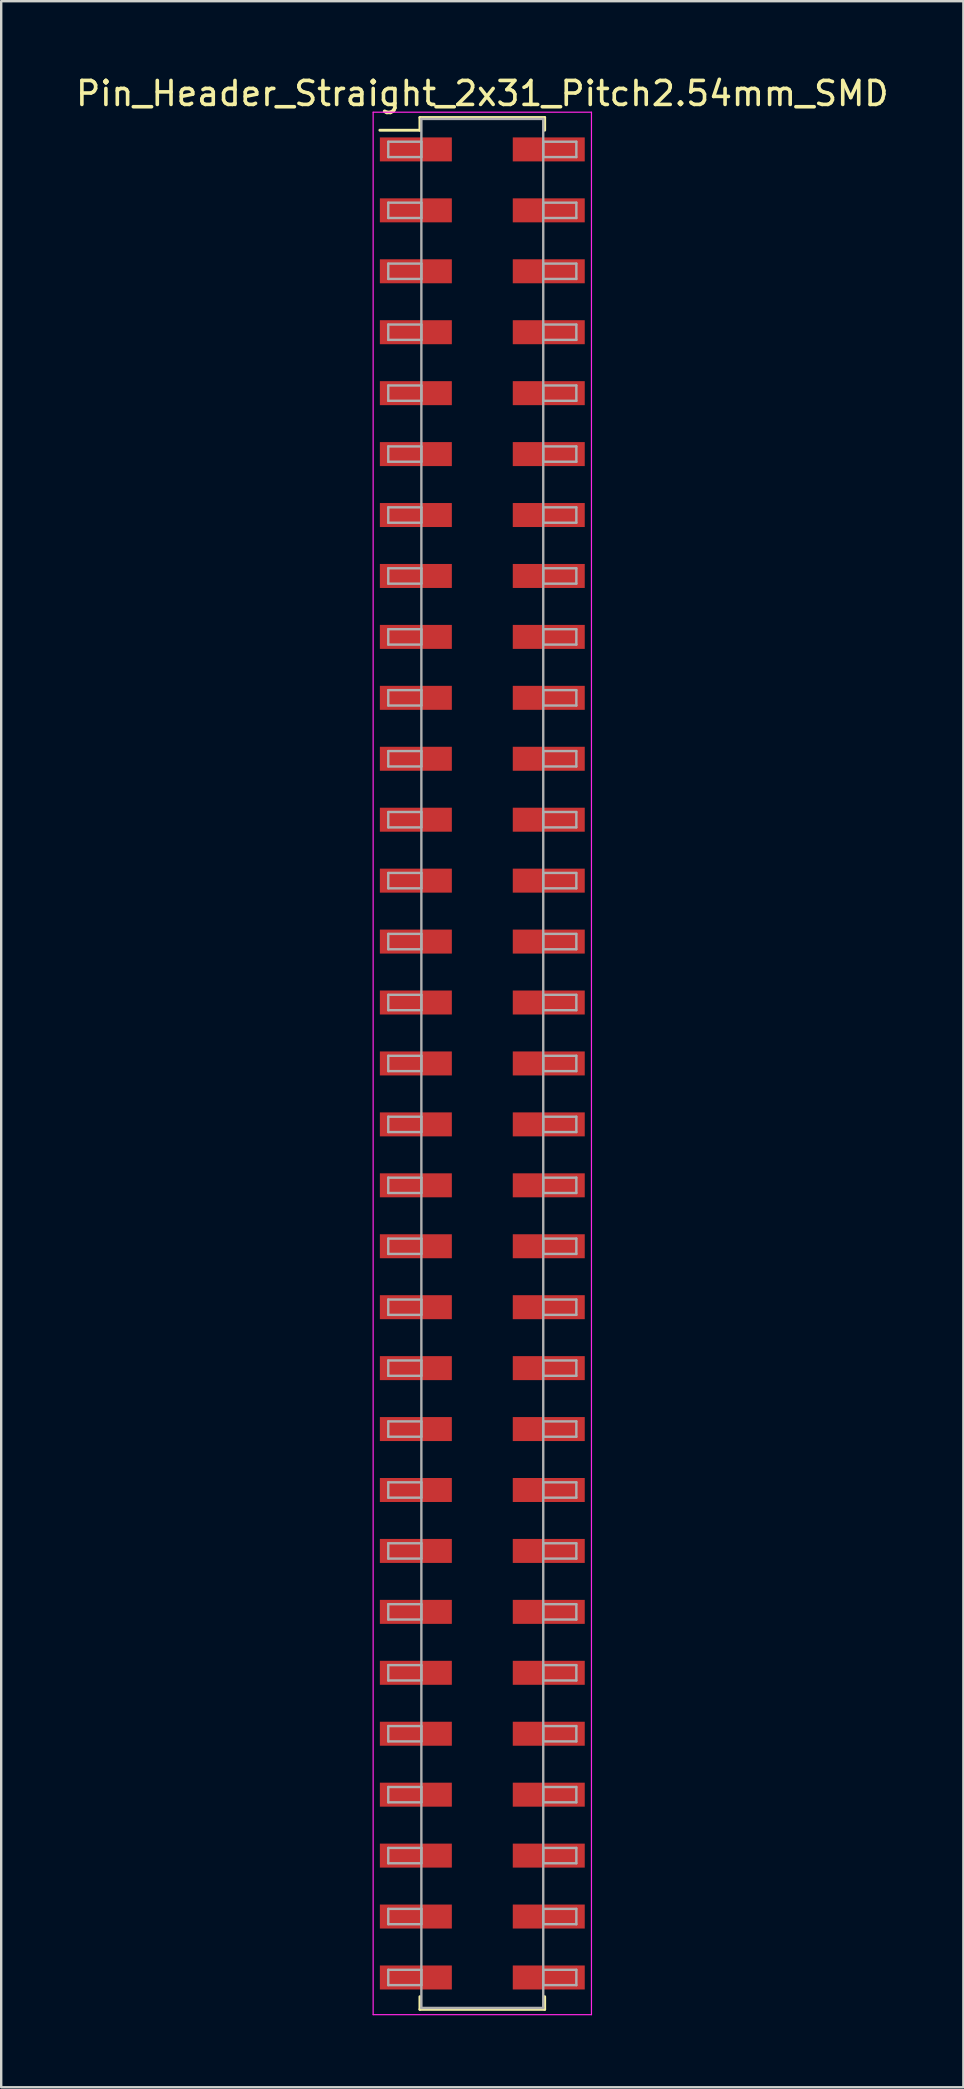
<source format=kicad_pcb>
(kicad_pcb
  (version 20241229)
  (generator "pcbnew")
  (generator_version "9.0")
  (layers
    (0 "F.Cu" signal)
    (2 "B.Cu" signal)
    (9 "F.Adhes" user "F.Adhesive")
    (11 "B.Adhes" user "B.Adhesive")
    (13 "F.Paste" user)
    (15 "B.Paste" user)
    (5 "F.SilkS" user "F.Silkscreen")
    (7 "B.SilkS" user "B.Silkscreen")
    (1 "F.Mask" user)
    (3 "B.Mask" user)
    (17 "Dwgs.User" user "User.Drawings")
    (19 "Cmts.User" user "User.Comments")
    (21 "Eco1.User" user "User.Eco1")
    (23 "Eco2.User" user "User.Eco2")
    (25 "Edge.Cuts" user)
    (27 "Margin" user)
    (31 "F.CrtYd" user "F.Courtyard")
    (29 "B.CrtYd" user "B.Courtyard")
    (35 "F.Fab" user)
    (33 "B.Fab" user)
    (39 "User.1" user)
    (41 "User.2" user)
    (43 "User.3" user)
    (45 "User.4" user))
  (footprint "Pin_Header_Straight_2x31_Pitch2.54mm_SMD"
    (layer "F.Cu")
    (at 17.054 41.278)
    (property "Reference" "Pin_Header_Straight_2x31_Pitch2.54mm_SMD" (at 0 -40.43 0) (layer "F.SilkS") (effects (font (size 1 1) (thickness 0.15))))
    (attr smd)
    (fp_line (start -4.27 -38.9) (end -2.6 -38.9) (stroke (width 0.12) (type solid)) (layer "F.SilkS"))
    (fp_line (start -2.6 -39.43) (end 2.6 -39.43) (stroke (width 0.12) (type solid)) (layer "F.SilkS"))
    (fp_line (start -2.6 -38.9) (end -2.6 -39.43) (stroke (width 0.12) (type solid)) (layer "F.SilkS"))
    (fp_line (start -2.6 38.9) (end -2.6 39.43) (stroke (width 0.12) (type solid)) (layer "F.SilkS"))
    (fp_line (start -2.6 39.43) (end 2.6 39.43) (stroke (width 0.12) (type solid)) (layer "F.SilkS"))
    (fp_line (start 2.6 -39.43) (end 2.6 -38.9) (stroke (width 0.12) (type solid)) (layer "F.SilkS"))
    (fp_line (start 2.6 39.43) (end 2.6 38.9) (stroke (width 0.12) (type solid)) (layer "F.SilkS"))
    (fp_line (start -4.55 -39.65) (end -4.55 39.65) (stroke (width 0.05) (type solid)) (layer "F.CrtYd"))
    (fp_line (start -4.55 39.65) (end 4.55 39.65) (stroke (width 0.05) (type solid)) (layer "F.CrtYd"))
    (fp_line (start 4.55 -39.65) (end -4.55 -39.65) (stroke (width 0.05) (type solid)) (layer "F.CrtYd"))
    (fp_line (start 4.55 39.65) (end 4.55 -39.65) (stroke (width 0.05) (type solid)) (layer "F.CrtYd"))
    (fp_line (start -3.92 -38.42) (end -2.54 -38.42) (stroke (width 0.1) (type solid)) (layer "F.Fab"))
    (fp_line (start -3.92 -37.78) (end -3.92 -38.42) (stroke (width 0.1) (type solid)) (layer "F.Fab"))
    (fp_line (start -3.92 -35.88) (end -2.54 -35.88) (stroke (width 0.1) (type solid)) (layer "F.Fab"))
    (fp_line (start -3.92 -35.24) (end -3.92 -35.88) (stroke (width 0.1) (type solid)) (layer "F.Fab"))
    (fp_line (start -3.92 -33.34) (end -2.54 -33.34) (stroke (width 0.1) (type solid)) (layer "F.Fab"))
    (fp_line (start -3.92 -32.7) (end -3.92 -33.34) (stroke (width 0.1) (type solid)) (layer "F.Fab"))
    (fp_line (start -3.92 -30.8) (end -2.54 -30.8) (stroke (width 0.1) (type solid)) (layer "F.Fab"))
    (fp_line (start -3.92 -30.16) (end -3.92 -30.8) (stroke (width 0.1) (type solid)) (layer "F.Fab"))
    (fp_line (start -3.92 -28.26) (end -2.54 -28.26) (stroke (width 0.1) (type solid)) (layer "F.Fab"))
    (fp_line (start -3.92 -27.62) (end -3.92 -28.26) (stroke (width 0.1) (type solid)) (layer "F.Fab"))
    (fp_line (start -3.92 -25.72) (end -2.54 -25.72) (stroke (width 0.1) (type solid)) (layer "F.Fab"))
    (fp_line (start -3.92 -25.08) (end -3.92 -25.72) (stroke (width 0.1) (type solid)) (layer "F.Fab"))
    (fp_line (start -3.92 -23.18) (end -2.54 -23.18) (stroke (width 0.1) (type solid)) (layer "F.Fab"))
    (fp_line (start -3.92 -22.54) (end -3.92 -23.18) (stroke (width 0.1) (type solid)) (layer "F.Fab"))
    (fp_line (start -3.92 -20.64) (end -2.54 -20.64) (stroke (width 0.1) (type solid)) (layer "F.Fab"))
    (fp_line (start -3.92 -20) (end -3.92 -20.64) (stroke (width 0.1) (type solid)) (layer "F.Fab"))
    (fp_line (start -3.92 -18.1) (end -2.54 -18.1) (stroke (width 0.1) (type solid)) (layer "F.Fab"))
    (fp_line (start -3.92 -17.46) (end -3.92 -18.1) (stroke (width 0.1) (type solid)) (layer "F.Fab"))
    (fp_line (start -3.92 -15.56) (end -2.54 -15.56) (stroke (width 0.1) (type solid)) (layer "F.Fab"))
    (fp_line (start -3.92 -14.92) (end -3.92 -15.56) (stroke (width 0.1) (type solid)) (layer "F.Fab"))
    (fp_line (start -3.92 -13.02) (end -2.54 -13.02) (stroke (width 0.1) (type solid)) (layer "F.Fab"))
    (fp_line (start -3.92 -12.38) (end -3.92 -13.02) (stroke (width 0.1) (type solid)) (layer "F.Fab"))
    (fp_line (start -3.92 -10.48) (end -2.54 -10.48) (stroke (width 0.1) (type solid)) (layer "F.Fab"))
    (fp_line (start -3.92 -9.84) (end -3.92 -10.48) (stroke (width 0.1) (type solid)) (layer "F.Fab"))
    (fp_line (start -3.92 -7.94) (end -2.54 -7.94) (stroke (width 0.1) (type solid)) (layer "F.Fab"))
    (fp_line (start -3.92 -7.3) (end -3.92 -7.94) (stroke (width 0.1) (type solid)) (layer "F.Fab"))
    (fp_line (start -3.92 -5.4) (end -2.54 -5.4) (stroke (width 0.1) (type solid)) (layer "F.Fab"))
    (fp_line (start -3.92 -4.76) (end -3.92 -5.4) (stroke (width 0.1) (type solid)) (layer "F.Fab"))
    (fp_line (start -3.92 -2.86) (end -2.54 -2.86) (stroke (width 0.1) (type solid)) (layer "F.Fab"))
    (fp_line (start -3.92 -2.22) (end -3.92 -2.86) (stroke (width 0.1) (type solid)) (layer "F.Fab"))
    (fp_line (start -3.92 -0.32) (end -2.54 -0.32) (stroke (width 0.1) (type solid)) (layer "F.Fab"))
    (fp_line (start -3.92 0.32) (end -3.92 -0.32) (stroke (width 0.1) (type solid)) (layer "F.Fab"))
    (fp_line (start -3.92 2.22) (end -2.54 2.22) (stroke (width 0.1) (type solid)) (layer "F.Fab"))
    (fp_line (start -3.92 2.86) (end -3.92 2.22) (stroke (width 0.1) (type solid)) (layer "F.Fab"))
    (fp_line (start -3.92 4.76) (end -2.54 4.76) (stroke (width 0.1) (type solid)) (layer "F.Fab"))
    (fp_line (start -3.92 5.4) (end -3.92 4.76) (stroke (width 0.1) (type solid)) (layer "F.Fab"))
    (fp_line (start -3.92 7.3) (end -2.54 7.3) (stroke (width 0.1) (type solid)) (layer "F.Fab"))
    (fp_line (start -3.92 7.94) (end -3.92 7.3) (stroke (width 0.1) (type solid)) (layer "F.Fab"))
    (fp_line (start -3.92 9.84) (end -2.54 9.84) (stroke (width 0.1) (type solid)) (layer "F.Fab"))
    (fp_line (start -3.92 10.48) (end -3.92 9.84) (stroke (width 0.1) (type solid)) (layer "F.Fab"))
    (fp_line (start -3.92 12.38) (end -2.54 12.38) (stroke (width 0.1) (type solid)) (layer "F.Fab"))
    (fp_line (start -3.92 13.02) (end -3.92 12.38) (stroke (width 0.1) (type solid)) (layer "F.Fab"))
    (fp_line (start -3.92 14.92) (end -2.54 14.92) (stroke (width 0.1) (type solid)) (layer "F.Fab"))
    (fp_line (start -3.92 15.56) (end -3.92 14.92) (stroke (width 0.1) (type solid)) (layer "F.Fab"))
    (fp_line (start -3.92 17.46) (end -2.54 17.46) (stroke (width 0.1) (type solid)) (layer "F.Fab"))
    (fp_line (start -3.92 18.1) (end -3.92 17.46) (stroke (width 0.1) (type solid)) (layer "F.Fab"))
    (fp_line (start -3.92 20) (end -2.54 20) (stroke (width 0.1) (type solid)) (layer "F.Fab"))
    (fp_line (start -3.92 20.64) (end -3.92 20) (stroke (width 0.1) (type solid)) (layer "F.Fab"))
    (fp_line (start -3.92 22.54) (end -2.54 22.54) (stroke (width 0.1) (type solid)) (layer "F.Fab"))
    (fp_line (start -3.92 23.18) (end -3.92 22.54) (stroke (width 0.1) (type solid)) (layer "F.Fab"))
    (fp_line (start -3.92 25.08) (end -2.54 25.08) (stroke (width 0.1) (type solid)) (layer "F.Fab"))
    (fp_line (start -3.92 25.72) (end -3.92 25.08) (stroke (width 0.1) (type solid)) (layer "F.Fab"))
    (fp_line (start -3.92 27.62) (end -2.54 27.62) (stroke (width 0.1) (type solid)) (layer "F.Fab"))
    (fp_line (start -3.92 28.26) (end -3.92 27.62) (stroke (width 0.1) (type solid)) (layer "F.Fab"))
    (fp_line (start -3.92 30.16) (end -2.54 30.16) (stroke (width 0.1) (type solid)) (layer "F.Fab"))
    (fp_line (start -3.92 30.8) (end -3.92 30.16) (stroke (width 0.1) (type solid)) (layer "F.Fab"))
    (fp_line (start -3.92 32.7) (end -2.54 32.7) (stroke (width 0.1) (type solid)) (layer "F.Fab"))
    (fp_line (start -3.92 33.34) (end -3.92 32.7) (stroke (width 0.1) (type solid)) (layer "F.Fab"))
    (fp_line (start -3.92 35.24) (end -2.54 35.24) (stroke (width 0.1) (type solid)) (layer "F.Fab"))
    (fp_line (start -3.92 35.88) (end -3.92 35.24) (stroke (width 0.1) (type solid)) (layer "F.Fab"))
    (fp_line (start -3.92 37.78) (end -2.54 37.78) (stroke (width 0.1) (type solid)) (layer "F.Fab"))
    (fp_line (start -3.92 38.42) (end -3.92 37.78) (stroke (width 0.1) (type solid)) (layer "F.Fab"))
    (fp_line (start -2.54 -39.37) (end -2.54 39.37) (stroke (width 0.1) (type solid)) (layer "F.Fab"))
    (fp_line (start -2.54 -38.42) (end -2.54 -37.78) (stroke (width 0.1) (type solid)) (layer "F.Fab"))
    (fp_line (start -2.54 -37.78) (end -3.92 -37.78) (stroke (width 0.1) (type solid)) (layer "F.Fab"))
    (fp_line (start -2.54 -35.88) (end -2.54 -35.24) (stroke (width 0.1) (type solid)) (layer "F.Fab"))
    (fp_line (start -2.54 -35.24) (end -3.92 -35.24) (stroke (width 0.1) (type solid)) (layer "F.Fab"))
    (fp_line (start -2.54 -33.34) (end -2.54 -32.7) (stroke (width 0.1) (type solid)) (layer "F.Fab"))
    (fp_line (start -2.54 -32.7) (end -3.92 -32.7) (stroke (width 0.1) (type solid)) (layer "F.Fab"))
    (fp_line (start -2.54 -30.8) (end -2.54 -30.16) (stroke (width 0.1) (type solid)) (layer "F.Fab"))
    (fp_line (start -2.54 -30.16) (end -3.92 -30.16) (stroke (width 0.1) (type solid)) (layer "F.Fab"))
    (fp_line (start -2.54 -28.26) (end -2.54 -27.62) (stroke (width 0.1) (type solid)) (layer "F.Fab"))
    (fp_line (start -2.54 -27.62) (end -3.92 -27.62) (stroke (width 0.1) (type solid)) (layer "F.Fab"))
    (fp_line (start -2.54 -25.72) (end -2.54 -25.08) (stroke (width 0.1) (type solid)) (layer "F.Fab"))
    (fp_line (start -2.54 -25.08) (end -3.92 -25.08) (stroke (width 0.1) (type solid)) (layer "F.Fab"))
    (fp_line (start -2.54 -23.18) (end -2.54 -22.54) (stroke (width 0.1) (type solid)) (layer "F.Fab"))
    (fp_line (start -2.54 -22.54) (end -3.92 -22.54) (stroke (width 0.1) (type solid)) (layer "F.Fab"))
    (fp_line (start -2.54 -20.64) (end -2.54 -20) (stroke (width 0.1) (type solid)) (layer "F.Fab"))
    (fp_line (start -2.54 -20) (end -3.92 -20) (stroke (width 0.1) (type solid)) (layer "F.Fab"))
    (fp_line (start -2.54 -18.1) (end -2.54 -17.46) (stroke (width 0.1) (type solid)) (layer "F.Fab"))
    (fp_line (start -2.54 -17.46) (end -3.92 -17.46) (stroke (width 0.1) (type solid)) (layer "F.Fab"))
    (fp_line (start -2.54 -15.56) (end -2.54 -14.92) (stroke (width 0.1) (type solid)) (layer "F.Fab"))
    (fp_line (start -2.54 -14.92) (end -3.92 -14.92) (stroke (width 0.1) (type solid)) (layer "F.Fab"))
    (fp_line (start -2.54 -13.02) (end -2.54 -12.38) (stroke (width 0.1) (type solid)) (layer "F.Fab"))
    (fp_line (start -2.54 -12.38) (end -3.92 -12.38) (stroke (width 0.1) (type solid)) (layer "F.Fab"))
    (fp_line (start -2.54 -10.48) (end -2.54 -9.84) (stroke (width 0.1) (type solid)) (layer "F.Fab"))
    (fp_line (start -2.54 -9.84) (end -3.92 -9.84) (stroke (width 0.1) (type solid)) (layer "F.Fab"))
    (fp_line (start -2.54 -7.94) (end -2.54 -7.3) (stroke (width 0.1) (type solid)) (layer "F.Fab"))
    (fp_line (start -2.54 -7.3) (end -3.92 -7.3) (stroke (width 0.1) (type solid)) (layer "F.Fab"))
    (fp_line (start -2.54 -5.4) (end -2.54 -4.76) (stroke (width 0.1) (type solid)) (layer "F.Fab"))
    (fp_line (start -2.54 -4.76) (end -3.92 -4.76) (stroke (width 0.1) (type solid)) (layer "F.Fab"))
    (fp_line (start -2.54 -2.86) (end -2.54 -2.22) (stroke (width 0.1) (type solid)) (layer "F.Fab"))
    (fp_line (start -2.54 -2.22) (end -3.92 -2.22) (stroke (width 0.1) (type solid)) (layer "F.Fab"))
    (fp_line (start -2.54 -0.32) (end -2.54 0.32) (stroke (width 0.1) (type solid)) (layer "F.Fab"))
    (fp_line (start -2.54 0.32) (end -3.92 0.32) (stroke (width 0.1) (type solid)) (layer "F.Fab"))
    (fp_line (start -2.54 2.22) (end -2.54 2.86) (stroke (width 0.1) (type solid)) (layer "F.Fab"))
    (fp_line (start -2.54 2.86) (end -3.92 2.86) (stroke (width 0.1) (type solid)) (layer "F.Fab"))
    (fp_line (start -2.54 4.76) (end -2.54 5.4) (stroke (width 0.1) (type solid)) (layer "F.Fab"))
    (fp_line (start -2.54 5.4) (end -3.92 5.4) (stroke (width 0.1) (type solid)) (layer "F.Fab"))
    (fp_line (start -2.54 7.3) (end -2.54 7.94) (stroke (width 0.1) (type solid)) (layer "F.Fab"))
    (fp_line (start -2.54 7.94) (end -3.92 7.94) (stroke (width 0.1) (type solid)) (layer "F.Fab"))
    (fp_line (start -2.54 9.84) (end -2.54 10.48) (stroke (width 0.1) (type solid)) (layer "F.Fab"))
    (fp_line (start -2.54 10.48) (end -3.92 10.48) (stroke (width 0.1) (type solid)) (layer "F.Fab"))
    (fp_line (start -2.54 12.38) (end -2.54 13.02) (stroke (width 0.1) (type solid)) (layer "F.Fab"))
    (fp_line (start -2.54 13.02) (end -3.92 13.02) (stroke (width 0.1) (type solid)) (layer "F.Fab"))
    (fp_line (start -2.54 14.92) (end -2.54 15.56) (stroke (width 0.1) (type solid)) (layer "F.Fab"))
    (fp_line (start -2.54 15.56) (end -3.92 15.56) (stroke (width 0.1) (type solid)) (layer "F.Fab"))
    (fp_line (start -2.54 17.46) (end -2.54 18.1) (stroke (width 0.1) (type solid)) (layer "F.Fab"))
    (fp_line (start -2.54 18.1) (end -3.92 18.1) (stroke (width 0.1) (type solid)) (layer "F.Fab"))
    (fp_line (start -2.54 20) (end -2.54 20.64) (stroke (width 0.1) (type solid)) (layer "F.Fab"))
    (fp_line (start -2.54 20.64) (end -3.92 20.64) (stroke (width 0.1) (type solid)) (layer "F.Fab"))
    (fp_line (start -2.54 22.54) (end -2.54 23.18) (stroke (width 0.1) (type solid)) (layer "F.Fab"))
    (fp_line (start -2.54 23.18) (end -3.92 23.18) (stroke (width 0.1) (type solid)) (layer "F.Fab"))
    (fp_line (start -2.54 25.08) (end -2.54 25.72) (stroke (width 0.1) (type solid)) (layer "F.Fab"))
    (fp_line (start -2.54 25.72) (end -3.92 25.72) (stroke (width 0.1) (type solid)) (layer "F.Fab"))
    (fp_line (start -2.54 27.62) (end -2.54 28.26) (stroke (width 0.1) (type solid)) (layer "F.Fab"))
    (fp_line (start -2.54 28.26) (end -3.92 28.26) (stroke (width 0.1) (type solid)) (layer "F.Fab"))
    (fp_line (start -2.54 30.16) (end -2.54 30.8) (stroke (width 0.1) (type solid)) (layer "F.Fab"))
    (fp_line (start -2.54 30.8) (end -3.92 30.8) (stroke (width 0.1) (type solid)) (layer "F.Fab"))
    (fp_line (start -2.54 32.7) (end -2.54 33.34) (stroke (width 0.1) (type solid)) (layer "F.Fab"))
    (fp_line (start -2.54 33.34) (end -3.92 33.34) (stroke (width 0.1) (type solid)) (layer "F.Fab"))
    (fp_line (start -2.54 35.24) (end -2.54 35.88) (stroke (width 0.1) (type solid)) (layer "F.Fab"))
    (fp_line (start -2.54 35.88) (end -3.92 35.88) (stroke (width 0.1) (type solid)) (layer "F.Fab"))
    (fp_line (start -2.54 37.78) (end -2.54 38.42) (stroke (width 0.1) (type solid)) (layer "F.Fab"))
    (fp_line (start -2.54 38.42) (end -3.92 38.42) (stroke (width 0.1) (type solid)) (layer "F.Fab"))
    (fp_line (start -2.54 39.37) (end 2.54 39.37) (stroke (width 0.1) (type solid)) (layer "F.Fab"))
    (fp_line (start 2.54 -39.37) (end -2.54 -39.37) (stroke (width 0.1) (type solid)) (layer "F.Fab"))
    (fp_line (start 2.54 -38.42) (end 2.54 -37.78) (stroke (width 0.1) (type solid)) (layer "F.Fab"))
    (fp_line (start 2.54 -37.78) (end 3.92 -37.78) (stroke (width 0.1) (type solid)) (layer "F.Fab"))
    (fp_line (start 2.54 -35.88) (end 2.54 -35.24) (stroke (width 0.1) (type solid)) (layer "F.Fab"))
    (fp_line (start 2.54 -35.24) (end 3.92 -35.24) (stroke (width 0.1) (type solid)) (layer "F.Fab"))
    (fp_line (start 2.54 -33.34) (end 2.54 -32.7) (stroke (width 0.1) (type solid)) (layer "F.Fab"))
    (fp_line (start 2.54 -32.7) (end 3.92 -32.7) (stroke (width 0.1) (type solid)) (layer "F.Fab"))
    (fp_line (start 2.54 -30.8) (end 2.54 -30.16) (stroke (width 0.1) (type solid)) (layer "F.Fab"))
    (fp_line (start 2.54 -30.16) (end 3.92 -30.16) (stroke (width 0.1) (type solid)) (layer "F.Fab"))
    (fp_line (start 2.54 -28.26) (end 2.54 -27.62) (stroke (width 0.1) (type solid)) (layer "F.Fab"))
    (fp_line (start 2.54 -27.62) (end 3.92 -27.62) (stroke (width 0.1) (type solid)) (layer "F.Fab"))
    (fp_line (start 2.54 -25.72) (end 2.54 -25.08) (stroke (width 0.1) (type solid)) (layer "F.Fab"))
    (fp_line (start 2.54 -25.08) (end 3.92 -25.08) (stroke (width 0.1) (type solid)) (layer "F.Fab"))
    (fp_line (start 2.54 -23.18) (end 2.54 -22.54) (stroke (width 0.1) (type solid)) (layer "F.Fab"))
    (fp_line (start 2.54 -22.54) (end 3.92 -22.54) (stroke (width 0.1) (type solid)) (layer "F.Fab"))
    (fp_line (start 2.54 -20.64) (end 2.54 -20) (stroke (width 0.1) (type solid)) (layer "F.Fab"))
    (fp_line (start 2.54 -20) (end 3.92 -20) (stroke (width 0.1) (type solid)) (layer "F.Fab"))
    (fp_line (start 2.54 -18.1) (end 2.54 -17.46) (stroke (width 0.1) (type solid)) (layer "F.Fab"))
    (fp_line (start 2.54 -17.46) (end 3.92 -17.46) (stroke (width 0.1) (type solid)) (layer "F.Fab"))
    (fp_line (start 2.54 -15.56) (end 2.54 -14.92) (stroke (width 0.1) (type solid)) (layer "F.Fab"))
    (fp_line (start 2.54 -14.92) (end 3.92 -14.92) (stroke (width 0.1) (type solid)) (layer "F.Fab"))
    (fp_line (start 2.54 -13.02) (end 2.54 -12.38) (stroke (width 0.1) (type solid)) (layer "F.Fab"))
    (fp_line (start 2.54 -12.38) (end 3.92 -12.38) (stroke (width 0.1) (type solid)) (layer "F.Fab"))
    (fp_line (start 2.54 -10.48) (end 2.54 -9.84) (stroke (width 0.1) (type solid)) (layer "F.Fab"))
    (fp_line (start 2.54 -9.84) (end 3.92 -9.84) (stroke (width 0.1) (type solid)) (layer "F.Fab"))
    (fp_line (start 2.54 -7.94) (end 2.54 -7.3) (stroke (width 0.1) (type solid)) (layer "F.Fab"))
    (fp_line (start 2.54 -7.3) (end 3.92 -7.3) (stroke (width 0.1) (type solid)) (layer "F.Fab"))
    (fp_line (start 2.54 -5.4) (end 2.54 -4.76) (stroke (width 0.1) (type solid)) (layer "F.Fab"))
    (fp_line (start 2.54 -4.76) (end 3.92 -4.76) (stroke (width 0.1) (type solid)) (layer "F.Fab"))
    (fp_line (start 2.54 -2.86) (end 2.54 -2.22) (stroke (width 0.1) (type solid)) (layer "F.Fab"))
    (fp_line (start 2.54 -2.22) (end 3.92 -2.22) (stroke (width 0.1) (type solid)) (layer "F.Fab"))
    (fp_line (start 2.54 -0.32) (end 2.54 0.32) (stroke (width 0.1) (type solid)) (layer "F.Fab"))
    (fp_line (start 2.54 0.32) (end 3.92 0.32) (stroke (width 0.1) (type solid)) (layer "F.Fab"))
    (fp_line (start 2.54 2.22) (end 2.54 2.86) (stroke (width 0.1) (type solid)) (layer "F.Fab"))
    (fp_line (start 2.54 2.86) (end 3.92 2.86) (stroke (width 0.1) (type solid)) (layer "F.Fab"))
    (fp_line (start 2.54 4.76) (end 2.54 5.4) (stroke (width 0.1) (type solid)) (layer "F.Fab"))
    (fp_line (start 2.54 5.4) (end 3.92 5.4) (stroke (width 0.1) (type solid)) (layer "F.Fab"))
    (fp_line (start 2.54 7.3) (end 2.54 7.94) (stroke (width 0.1) (type solid)) (layer "F.Fab"))
    (fp_line (start 2.54 7.94) (end 3.92 7.94) (stroke (width 0.1) (type solid)) (layer "F.Fab"))
    (fp_line (start 2.54 9.84) (end 2.54 10.48) (stroke (width 0.1) (type solid)) (layer "F.Fab"))
    (fp_line (start 2.54 10.48) (end 3.92 10.48) (stroke (width 0.1) (type solid)) (layer "F.Fab"))
    (fp_line (start 2.54 12.38) (end 2.54 13.02) (stroke (width 0.1) (type solid)) (layer "F.Fab"))
    (fp_line (start 2.54 13.02) (end 3.92 13.02) (stroke (width 0.1) (type solid)) (layer "F.Fab"))
    (fp_line (start 2.54 14.92) (end 2.54 15.56) (stroke (width 0.1) (type solid)) (layer "F.Fab"))
    (fp_line (start 2.54 15.56) (end 3.92 15.56) (stroke (width 0.1) (type solid)) (layer "F.Fab"))
    (fp_line (start 2.54 17.46) (end 2.54 18.1) (stroke (width 0.1) (type solid)) (layer "F.Fab"))
    (fp_line (start 2.54 18.1) (end 3.92 18.1) (stroke (width 0.1) (type solid)) (layer "F.Fab"))
    (fp_line (start 2.54 20) (end 2.54 20.64) (stroke (width 0.1) (type solid)) (layer "F.Fab"))
    (fp_line (start 2.54 20.64) (end 3.92 20.64) (stroke (width 0.1) (type solid)) (layer "F.Fab"))
    (fp_line (start 2.54 22.54) (end 2.54 23.18) (stroke (width 0.1) (type solid)) (layer "F.Fab"))
    (fp_line (start 2.54 23.18) (end 3.92 23.18) (stroke (width 0.1) (type solid)) (layer "F.Fab"))
    (fp_line (start 2.54 25.08) (end 2.54 25.72) (stroke (width 0.1) (type solid)) (layer "F.Fab"))
    (fp_line (start 2.54 25.72) (end 3.92 25.72) (stroke (width 0.1) (type solid)) (layer "F.Fab"))
    (fp_line (start 2.54 27.62) (end 2.54 28.26) (stroke (width 0.1) (type solid)) (layer "F.Fab"))
    (fp_line (start 2.54 28.26) (end 3.92 28.26) (stroke (width 0.1) (type solid)) (layer "F.Fab"))
    (fp_line (start 2.54 30.16) (end 2.54 30.8) (stroke (width 0.1) (type solid)) (layer "F.Fab"))
    (fp_line (start 2.54 30.8) (end 3.92 30.8) (stroke (width 0.1) (type solid)) (layer "F.Fab"))
    (fp_line (start 2.54 32.7) (end 2.54 33.34) (stroke (width 0.1) (type solid)) (layer "F.Fab"))
    (fp_line (start 2.54 33.34) (end 3.92 33.34) (stroke (width 0.1) (type solid)) (layer "F.Fab"))
    (fp_line (start 2.54 35.24) (end 2.54 35.88) (stroke (width 0.1) (type solid)) (layer "F.Fab"))
    (fp_line (start 2.54 35.88) (end 3.92 35.88) (stroke (width 0.1) (type solid)) (layer "F.Fab"))
    (fp_line (start 2.54 37.78) (end 2.54 38.42) (stroke (width 0.1) (type solid)) (layer "F.Fab"))
    (fp_line (start 2.54 38.42) (end 3.92 38.42) (stroke (width 0.1) (type solid)) (layer "F.Fab"))
    (fp_line (start 2.54 39.37) (end 2.54 -39.37) (stroke (width 0.1) (type solid)) (layer "F.Fab"))
    (fp_line (start 3.92 -38.42) (end 2.54 -38.42) (stroke (width 0.1) (type solid)) (layer "F.Fab"))
    (fp_line (start 3.92 -37.78) (end 3.92 -38.42) (stroke (width 0.1) (type solid)) (layer "F.Fab"))
    (fp_line (start 3.92 -35.88) (end 2.54 -35.88) (stroke (width 0.1) (type solid)) (layer "F.Fab"))
    (fp_line (start 3.92 -35.24) (end 3.92 -35.88) (stroke (width 0.1) (type solid)) (layer "F.Fab"))
    (fp_line (start 3.92 -33.34) (end 2.54 -33.34) (stroke (width 0.1) (type solid)) (layer "F.Fab"))
    (fp_line (start 3.92 -32.7) (end 3.92 -33.34) (stroke (width 0.1) (type solid)) (layer "F.Fab"))
    (fp_line (start 3.92 -30.8) (end 2.54 -30.8) (stroke (width 0.1) (type solid)) (layer "F.Fab"))
    (fp_line (start 3.92 -30.16) (end 3.92 -30.8) (stroke (width 0.1) (type solid)) (layer "F.Fab"))
    (fp_line (start 3.92 -28.26) (end 2.54 -28.26) (stroke (width 0.1) (type solid)) (layer "F.Fab"))
    (fp_line (start 3.92 -27.62) (end 3.92 -28.26) (stroke (width 0.1) (type solid)) (layer "F.Fab"))
    (fp_line (start 3.92 -25.72) (end 2.54 -25.72) (stroke (width 0.1) (type solid)) (layer "F.Fab"))
    (fp_line (start 3.92 -25.08) (end 3.92 -25.72) (stroke (width 0.1) (type solid)) (layer "F.Fab"))
    (fp_line (start 3.92 -23.18) (end 2.54 -23.18) (stroke (width 0.1) (type solid)) (layer "F.Fab"))
    (fp_line (start 3.92 -22.54) (end 3.92 -23.18) (stroke (width 0.1) (type solid)) (layer "F.Fab"))
    (fp_line (start 3.92 -20.64) (end 2.54 -20.64) (stroke (width 0.1) (type solid)) (layer "F.Fab"))
    (fp_line (start 3.92 -20) (end 3.92 -20.64) (stroke (width 0.1) (type solid)) (layer "F.Fab"))
    (fp_line (start 3.92 -18.1) (end 2.54 -18.1) (stroke (width 0.1) (type solid)) (layer "F.Fab"))
    (fp_line (start 3.92 -17.46) (end 3.92 -18.1) (stroke (width 0.1) (type solid)) (layer "F.Fab"))
    (fp_line (start 3.92 -15.56) (end 2.54 -15.56) (stroke (width 0.1) (type solid)) (layer "F.Fab"))
    (fp_line (start 3.92 -14.92) (end 3.92 -15.56) (stroke (width 0.1) (type solid)) (layer "F.Fab"))
    (fp_line (start 3.92 -13.02) (end 2.54 -13.02) (stroke (width 0.1) (type solid)) (layer "F.Fab"))
    (fp_line (start 3.92 -12.38) (end 3.92 -13.02) (stroke (width 0.1) (type solid)) (layer "F.Fab"))
    (fp_line (start 3.92 -10.48) (end 2.54 -10.48) (stroke (width 0.1) (type solid)) (layer "F.Fab"))
    (fp_line (start 3.92 -9.84) (end 3.92 -10.48) (stroke (width 0.1) (type solid)) (layer "F.Fab"))
    (fp_line (start 3.92 -7.94) (end 2.54 -7.94) (stroke (width 0.1) (type solid)) (layer "F.Fab"))
    (fp_line (start 3.92 -7.3) (end 3.92 -7.94) (stroke (width 0.1) (type solid)) (layer "F.Fab"))
    (fp_line (start 3.92 -5.4) (end 2.54 -5.4) (stroke (width 0.1) (type solid)) (layer "F.Fab"))
    (fp_line (start 3.92 -4.76) (end 3.92 -5.4) (stroke (width 0.1) (type solid)) (layer "F.Fab"))
    (fp_line (start 3.92 -2.86) (end 2.54 -2.86) (stroke (width 0.1) (type solid)) (layer "F.Fab"))
    (fp_line (start 3.92 -2.22) (end 3.92 -2.86) (stroke (width 0.1) (type solid)) (layer "F.Fab"))
    (fp_line (start 3.92 -0.32) (end 2.54 -0.32) (stroke (width 0.1) (type solid)) (layer "F.Fab"))
    (fp_line (start 3.92 0.32) (end 3.92 -0.32) (stroke (width 0.1) (type solid)) (layer "F.Fab"))
    (fp_line (start 3.92 2.22) (end 2.54 2.22) (stroke (width 0.1) (type solid)) (layer "F.Fab"))
    (fp_line (start 3.92 2.86) (end 3.92 2.22) (stroke (width 0.1) (type solid)) (layer "F.Fab"))
    (fp_line (start 3.92 4.76) (end 2.54 4.76) (stroke (width 0.1) (type solid)) (layer "F.Fab"))
    (fp_line (start 3.92 5.4) (end 3.92 4.76) (stroke (width 0.1) (type solid)) (layer "F.Fab"))
    (fp_line (start 3.92 7.3) (end 2.54 7.3) (stroke (width 0.1) (type solid)) (layer "F.Fab"))
    (fp_line (start 3.92 7.94) (end 3.92 7.3) (stroke (width 0.1) (type solid)) (layer "F.Fab"))
    (fp_line (start 3.92 9.84) (end 2.54 9.84) (stroke (width 0.1) (type solid)) (layer "F.Fab"))
    (fp_line (start 3.92 10.48) (end 3.92 9.84) (stroke (width 0.1) (type solid)) (layer "F.Fab"))
    (fp_line (start 3.92 12.38) (end 2.54 12.38) (stroke (width 0.1) (type solid)) (layer "F.Fab"))
    (fp_line (start 3.92 13.02) (end 3.92 12.38) (stroke (width 0.1) (type solid)) (layer "F.Fab"))
    (fp_line (start 3.92 14.92) (end 2.54 14.92) (stroke (width 0.1) (type solid)) (layer "F.Fab"))
    (fp_line (start 3.92 15.56) (end 3.92 14.92) (stroke (width 0.1) (type solid)) (layer "F.Fab"))
    (fp_line (start 3.92 17.46) (end 2.54 17.46) (stroke (width 0.1) (type solid)) (layer "F.Fab"))
    (fp_line (start 3.92 18.1) (end 3.92 17.46) (stroke (width 0.1) (type solid)) (layer "F.Fab"))
    (fp_line (start 3.92 20) (end 2.54 20) (stroke (width 0.1) (type solid)) (layer "F.Fab"))
    (fp_line (start 3.92 20.64) (end 3.92 20) (stroke (width 0.1) (type solid)) (layer "F.Fab"))
    (fp_line (start 3.92 22.54) (end 2.54 22.54) (stroke (width 0.1) (type solid)) (layer "F.Fab"))
    (fp_line (start 3.92 23.18) (end 3.92 22.54) (stroke (width 0.1) (type solid)) (layer "F.Fab"))
    (fp_line (start 3.92 25.08) (end 2.54 25.08) (stroke (width 0.1) (type solid)) (layer "F.Fab"))
    (fp_line (start 3.92 25.72) (end 3.92 25.08) (stroke (width 0.1) (type solid)) (layer "F.Fab"))
    (fp_line (start 3.92 27.62) (end 2.54 27.62) (stroke (width 0.1) (type solid)) (layer "F.Fab"))
    (fp_line (start 3.92 28.26) (end 3.92 27.62) (stroke (width 0.1) (type solid)) (layer "F.Fab"))
    (fp_line (start 3.92 30.16) (end 2.54 30.16) (stroke (width 0.1) (type solid)) (layer "F.Fab"))
    (fp_line (start 3.92 30.8) (end 3.92 30.16) (stroke (width 0.1) (type solid)) (layer "F.Fab"))
    (fp_line (start 3.92 32.7) (end 2.54 32.7) (stroke (width 0.1) (type solid)) (layer "F.Fab"))
    (fp_line (start 3.92 33.34) (end 3.92 32.7) (stroke (width 0.1) (type solid)) (layer "F.Fab"))
    (fp_line (start 3.92 35.24) (end 2.54 35.24) (stroke (width 0.1) (type solid)) (layer "F.Fab"))
    (fp_line (start 3.92 35.88) (end 3.92 35.24) (stroke (width 0.1) (type solid)) (layer "F.Fab"))
    (fp_line (start 3.92 37.78) (end 2.54 37.78) (stroke (width 0.1) (type solid)) (layer "F.Fab"))
    (fp_line (start 3.92 38.42) (end 3.92 37.78) (stroke (width 0.1) (type solid)) (layer "F.Fab"))
    (pad "1" smd rect (at -2.77 -38.1) (size 3 1) (layers "F.Cu" "F.Mask"))
    (pad "2" smd rect (at 2.77 -38.1) (size 3 1) (layers "F.Cu" "F.Mask"))
    (pad "3" smd rect (at -2.77 -35.56) (size 3 1) (layers "F.Cu" "F.Mask"))
    (pad "4" smd rect (at 2.77 -35.56) (size 3 1) (layers "F.Cu" "F.Mask"))
    (pad "5" smd rect (at -2.77 -33.02) (size 3 1) (layers "F.Cu" "F.Mask"))
    (pad "6" smd rect (at 2.77 -33.02) (size 3 1) (layers "F.Cu" "F.Mask"))
    (pad "7" smd rect (at -2.77 -30.48) (size 3 1) (layers "F.Cu" "F.Mask"))
    (pad "8" smd rect (at 2.77 -30.48) (size 3 1) (layers "F.Cu" "F.Mask"))
    (pad "9" smd rect (at -2.77 -27.94) (size 3 1) (layers "F.Cu" "F.Mask"))
    (pad "10" smd rect (at 2.77 -27.94) (size 3 1) (layers "F.Cu" "F.Mask"))
    (pad "11" smd rect (at -2.77 -25.4) (size 3 1) (layers "F.Cu" "F.Mask"))
    (pad "12" smd rect (at 2.77 -25.4) (size 3 1) (layers "F.Cu" "F.Mask"))
    (pad "13" smd rect (at -2.77 -22.86) (size 3 1) (layers "F.Cu" "F.Mask"))
    (pad "14" smd rect (at 2.77 -22.86) (size 3 1) (layers "F.Cu" "F.Mask"))
    (pad "15" smd rect (at -2.77 -20.32) (size 3 1) (layers "F.Cu" "F.Mask"))
    (pad "16" smd rect (at 2.77 -20.32) (size 3 1) (layers "F.Cu" "F.Mask"))
    (pad "17" smd rect (at -2.77 -17.78) (size 3 1) (layers "F.Cu" "F.Mask"))
    (pad "18" smd rect (at 2.77 -17.78) (size 3 1) (layers "F.Cu" "F.Mask"))
    (pad "19" smd rect (at -2.77 -15.24) (size 3 1) (layers "F.Cu" "F.Mask"))
    (pad "20" smd rect (at 2.77 -15.24) (size 3 1) (layers "F.Cu" "F.Mask"))
    (pad "21" smd rect (at -2.77 -12.7) (size 3 1) (layers "F.Cu" "F.Mask"))
    (pad "22" smd rect (at 2.77 -12.7) (size 3 1) (layers "F.Cu" "F.Mask"))
    (pad "23" smd rect (at -2.77 -10.16) (size 3 1) (layers "F.Cu" "F.Mask"))
    (pad "24" smd rect (at 2.77 -10.16) (size 3 1) (layers "F.Cu" "F.Mask"))
    (pad "25" smd rect (at -2.77 -7.62) (size 3 1) (layers "F.Cu" "F.Mask"))
    (pad "26" smd rect (at 2.77 -7.62) (size 3 1) (layers "F.Cu" "F.Mask"))
    (pad "27" smd rect (at -2.77 -5.08) (size 3 1) (layers "F.Cu" "F.Mask"))
    (pad "28" smd rect (at 2.77 -5.08) (size 3 1) (layers "F.Cu" "F.Mask"))
    (pad "29" smd rect (at -2.77 -2.54) (size 3 1) (layers "F.Cu" "F.Mask"))
    (pad "30" smd rect (at 2.77 -2.54) (size 3 1) (layers "F.Cu" "F.Mask"))
    (pad "31" smd rect (at -2.77 0) (size 3 1) (layers "F.Cu" "F.Mask"))
    (pad "32" smd rect (at 2.77 0) (size 3 1) (layers "F.Cu" "F.Mask"))
    (pad "33" smd rect (at -2.77 2.54) (size 3 1) (layers "F.Cu" "F.Mask"))
    (pad "34" smd rect (at 2.77 2.54) (size 3 1) (layers "F.Cu" "F.Mask"))
    (pad "35" smd rect (at -2.77 5.08) (size 3 1) (layers "F.Cu" "F.Mask"))
    (pad "36" smd rect (at 2.77 5.08) (size 3 1) (layers "F.Cu" "F.Mask"))
    (pad "37" smd rect (at -2.77 7.62) (size 3 1) (layers "F.Cu" "F.Mask"))
    (pad "38" smd rect (at 2.77 7.62) (size 3 1) (layers "F.Cu" "F.Mask"))
    (pad "39" smd rect (at -2.77 10.16) (size 3 1) (layers "F.Cu" "F.Mask"))
    (pad "40" smd rect (at 2.77 10.16) (size 3 1) (layers "F.Cu" "F.Mask"))
    (pad "41" smd rect (at -2.77 12.7) (size 3 1) (layers "F.Cu" "F.Mask"))
    (pad "42" smd rect (at 2.77 12.7) (size 3 1) (layers "F.Cu" "F.Mask"))
    (pad "43" smd rect (at -2.77 15.24) (size 3 1) (layers "F.Cu" "F.Mask"))
    (pad "44" smd rect (at 2.77 15.24) (size 3 1) (layers "F.Cu" "F.Mask"))
    (pad "45" smd rect (at -2.77 17.78) (size 3 1) (layers "F.Cu" "F.Mask"))
    (pad "46" smd rect (at 2.77 17.78) (size 3 1) (layers "F.Cu" "F.Mask"))
    (pad "47" smd rect (at -2.77 20.32) (size 3 1) (layers "F.Cu" "F.Mask"))
    (pad "48" smd rect (at 2.77 20.32) (size 3 1) (layers "F.Cu" "F.Mask"))
    (pad "49" smd rect (at -2.77 22.86) (size 3 1) (layers "F.Cu" "F.Mask"))
    (pad "50" smd rect (at 2.77 22.86) (size 3 1) (layers "F.Cu" "F.Mask"))
    (pad "51" smd rect (at -2.77 25.4) (size 3 1) (layers "F.Cu" "F.Mask"))
    (pad "52" smd rect (at 2.77 25.4) (size 3 1) (layers "F.Cu" "F.Mask"))
    (pad "53" smd rect (at -2.77 27.94) (size 3 1) (layers "F.Cu" "F.Mask"))
    (pad "54" smd rect (at 2.77 27.94) (size 3 1) (layers "F.Cu" "F.Mask"))
    (pad "55" smd rect (at -2.77 30.48) (size 3 1) (layers "F.Cu" "F.Mask"))
    (pad "56" smd rect (at 2.77 30.48) (size 3 1) (layers "F.Cu" "F.Mask"))
    (pad "57" smd rect (at -2.77 33.02) (size 3 1) (layers "F.Cu" "F.Mask"))
    (pad "58" smd rect (at 2.77 33.02) (size 3 1) (layers "F.Cu" "F.Mask"))
    (pad "59" smd rect (at -2.77 35.56) (size 3 1) (layers "F.Cu" "F.Mask"))
    (pad "60" smd rect (at 2.77 35.56) (size 3 1) (layers "F.Cu" "F.Mask"))
    (pad "61" smd rect (at -2.77 38.1) (size 3 1) (layers "F.Cu" "F.Mask"))
    (pad "62" smd rect (at 2.77 38.1) (size 3 1) (layers "F.Cu" "F.Mask")))
  (gr_rect
    (start -3 -3)
    (end 37.107 83.953)
    (stroke (width 0.1) (type default))
    (fill no)
    (layer "Edge.Cuts")))
</source>
